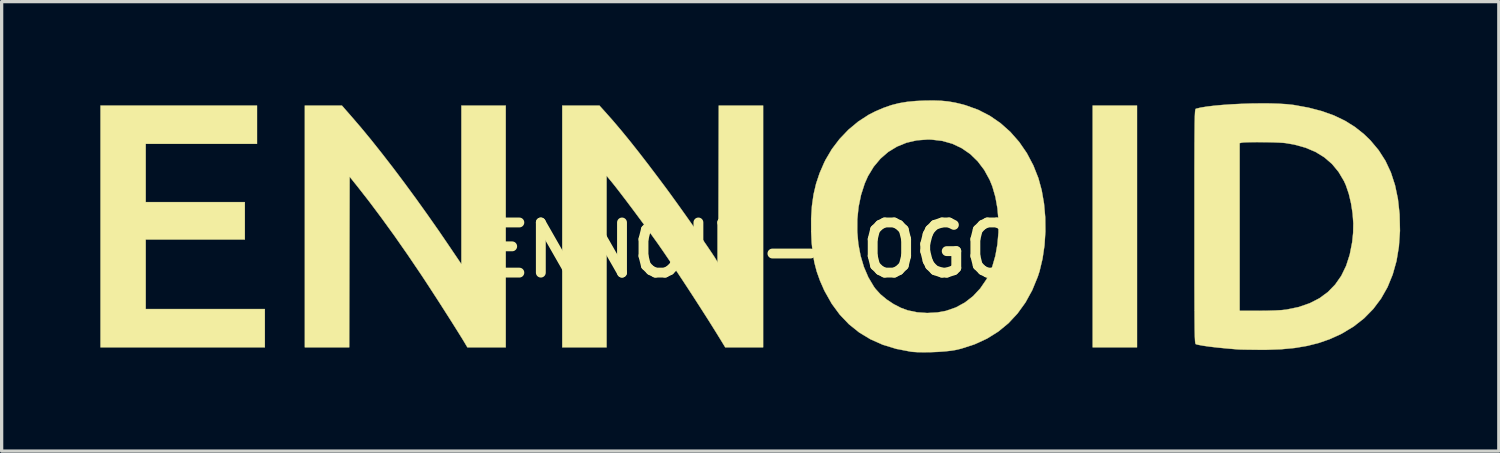
<source format=kicad_pcb>
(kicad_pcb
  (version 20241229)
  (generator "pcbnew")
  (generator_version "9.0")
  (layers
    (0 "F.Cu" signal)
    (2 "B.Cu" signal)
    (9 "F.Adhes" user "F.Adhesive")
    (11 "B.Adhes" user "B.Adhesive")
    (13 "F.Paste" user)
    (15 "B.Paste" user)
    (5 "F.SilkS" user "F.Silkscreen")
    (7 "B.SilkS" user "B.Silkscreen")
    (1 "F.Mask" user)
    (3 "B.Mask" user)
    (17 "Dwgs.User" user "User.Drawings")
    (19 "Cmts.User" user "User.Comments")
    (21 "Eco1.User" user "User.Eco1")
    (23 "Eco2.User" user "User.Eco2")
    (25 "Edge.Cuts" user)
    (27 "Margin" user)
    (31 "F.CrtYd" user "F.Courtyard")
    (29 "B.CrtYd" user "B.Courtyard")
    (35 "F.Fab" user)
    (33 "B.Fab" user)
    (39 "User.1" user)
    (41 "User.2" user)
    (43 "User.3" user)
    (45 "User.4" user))
  (footprint "ENNOID-LOGO"
    (layer "F.Cu")
    (at 19.775 4.547)
    (property "Reference" "ENNOID-LOGO" (at 0 0 0) (layer "F.SilkS") (effects (font (size 1.524 1.524) (thickness 0.3))))
    (attr through_hole)
    (fp_poly (pts (xy 11.735 2.96) (xy 10.387 2.96) (xy 10.387 -4.388) (xy 11.735 -4.388) (xy 11.735 2.96)) (stroke (width 0.01) (type solid)) (fill yes) (layer "F.SilkS"))
    (fp_poly (pts (xy -15.013 -3.225) (xy -18.396 -3.225) (xy -18.396 -1.454) (xy -15.383 -1.454) (xy -15.383 -0.317) (xy -18.396 -0.317) (xy -18.396 1.797) (xy -14.775 1.797) (xy -14.775 2.96) (xy -19.77 2.96) (xy -19.77 -4.388) (xy -15.013 -4.388) (xy -15.013 -3.225)) (stroke (width 0.01) (type solid)) (fill yes) (layer "F.SilkS"))
    (fp_poly (pts (xy -12.126 -4.037) (xy -11.84 -3.704) (xy -11.532 -3.33) (xy -11.207 -2.921) (xy -10.869 -2.484) (xy -10.523 -2.024) (xy -10.173 -1.547) (xy -9.823 -1.058) (xy -9.477 -0.564) (xy -9.193 -0.147) (xy -8.801 0.432) (xy -8.801 -4.388) (xy -7.453 -4.388) (xy -7.453 2.96) (xy -8.618 2.96) (xy -8.69 2.839) (xy -8.762 2.719) (xy -8.86 2.562) (xy -8.977 2.375) (xy -9.109 2.165) (xy -9.252 1.941) (xy -9.401 1.707) (xy -9.552 1.473) (xy -9.7 1.245) (xy -9.84 1.03) (xy -9.968 0.835) (xy -10.04 0.727) (xy -10.44 0.136) (xy -10.836 -0.431) (xy -11.225 -0.968) (xy -11.6 -1.469) (xy -11.957 -1.926) (xy -12.198 -2.226) (xy -12.205 0.367) (xy -12.211 2.96) (xy -13.559 2.96) (xy -13.559 -4.388) (xy -12.433 -4.388) (xy -12.126 -4.037)) (stroke (width 0.01) (type solid)) (fill yes) (layer "F.SilkS"))
    (fp_poly (pts (xy -4.396 -4.156) (xy -4.177 -3.908) (xy -3.944 -3.633) (xy -3.694 -3.328) (xy -3.425 -2.989) (xy -3.134 -2.613) (xy -2.819 -2.197) (xy -2.674 -2.003) (xy -2.548 -1.834) (xy -2.408 -1.642) (xy -2.258 -1.434) (xy -2.101 -1.215) (xy -1.941 -0.99) (xy -1.783 -0.766) (xy -1.63 -0.548) (xy -1.487 -0.342) (xy -1.357 -0.154) (xy -1.245 0.011) (xy -1.154 0.147) (xy -1.088 0.248) (xy -1.07 0.278) (xy -0.991 0.41) (xy -0.984 -1.989) (xy -0.978 -4.388) (xy 0.37 -4.388) (xy 0.37 2.96) (xy -0.781 2.96) (xy -0.897 2.769) (xy -1.079 2.474) (xy -1.284 2.147) (xy -1.507 1.798) (xy -1.74 1.436) (xy -1.977 1.073) (xy -2.211 0.718) (xy -2.435 0.382) (xy -2.643 0.076) (xy -2.732 -0.053) (xy -2.837 -0.204) (xy -2.965 -0.382) (xy -3.109 -0.581) (xy -3.265 -0.793) (xy -3.427 -1.012) (xy -3.589 -1.23) (xy -3.747 -1.44) (xy -3.895 -1.635) (xy -4.028 -1.808) (xy -4.141 -1.953) (xy -4.226 -2.059) (xy -4.388 -2.254) (xy -4.388 2.96) (xy -5.735 2.96) (xy -5.735 -4.388) (xy -4.605 -4.388) (xy -4.396 -4.156)) (stroke (width 0.01) (type solid)) (fill yes) (layer "F.SilkS"))
    (fp_poly (pts (xy 5.781 -4.534) (xy 6 -4.513) (xy 6.212 -4.476) (xy 6.433 -4.423) (xy 6.528 -4.396) (xy 6.905 -4.26) (xy 7.258 -4.079) (xy 7.586 -3.853) (xy 7.885 -3.587) (xy 8.152 -3.283) (xy 8.386 -2.943) (xy 8.583 -2.57) (xy 8.737 -2.182) (xy 8.838 -1.811) (xy 8.908 -1.41) (xy 8.945 -0.991) (xy 8.95 -0.565) (xy 8.923 -0.142) (xy 8.863 0.266) (xy 8.772 0.648) (xy 8.719 0.811) (xy 8.55 1.223) (xy 8.344 1.597) (xy 8.103 1.931) (xy 7.828 2.226) (xy 7.518 2.481) (xy 7.175 2.695) (xy 6.799 2.868) (xy 6.391 3) (xy 6.216 3.041) (xy 6.075 3.064) (xy 5.895 3.083) (xy 5.691 3.098) (xy 5.477 3.107) (xy 5.267 3.11) (xy 5.076 3.108) (xy 4.917 3.098) (xy 4.863 3.092) (xy 4.42 3.007) (xy 4.01 2.882) (xy 3.633 2.715) (xy 3.289 2.507) (xy 2.978 2.257) (xy 2.701 1.967) (xy 2.457 1.636) (xy 2.247 1.264) (xy 2.222 1.214) (xy 2.098 0.931) (xy 2.001 0.659) (xy 1.929 0.384) (xy 1.878 0.094) (xy 1.846 -0.223) (xy 1.831 -0.544) (xy 1.831 -0.555) (xy 3.231 -0.555) (xy 3.264 -0.183) (xy 3.332 0.177) (xy 3.433 0.517) (xy 3.568 0.832) (xy 3.735 1.113) (xy 3.785 1.182) (xy 3.935 1.347) (xy 4.124 1.505) (xy 4.337 1.646) (xy 4.56 1.761) (xy 4.763 1.836) (xy 5.051 1.896) (xy 5.358 1.917) (xy 5.666 1.9) (xy 5.928 1.852) (xy 6.226 1.749) (xy 6.502 1.599) (xy 6.75 1.406) (xy 6.969 1.172) (xy 7.155 0.9) (xy 7.214 0.793) (xy 7.337 0.502) (xy 7.43 0.178) (xy 7.492 -0.17) (xy 7.524 -0.533) (xy 7.524 -0.9) (xy 7.493 -1.262) (xy 7.431 -1.609) (xy 7.338 -1.931) (xy 7.258 -2.128) (xy 7.091 -2.432) (xy 6.892 -2.695) (xy 6.663 -2.917) (xy 6.406 -3.094) (xy 6.123 -3.228) (xy 5.816 -3.315) (xy 5.486 -3.354) (xy 5.379 -3.357) (xy 5.043 -3.332) (xy 4.729 -3.26) (xy 4.438 -3.141) (xy 4.172 -2.979) (xy 3.936 -2.774) (xy 3.73 -2.528) (xy 3.558 -2.244) (xy 3.458 -2.02) (xy 3.346 -1.671) (xy 3.271 -1.306) (xy 3.233 -0.932) (xy 3.231 -0.555) (xy 1.831 -0.555) (xy 1.83 -0.96) (xy 1.854 -1.337) (xy 1.903 -1.685) (xy 1.98 -2.013) (xy 2.086 -2.331) (xy 2.224 -2.649) (xy 2.263 -2.73) (xy 2.458 -3.062) (xy 2.694 -3.372) (xy 2.964 -3.655) (xy 3.262 -3.903) (xy 3.58 -4.109) (xy 3.786 -4.214) (xy 4.035 -4.32) (xy 4.268 -4.401) (xy 4.5 -4.46) (xy 4.744 -4.501) (xy 5.015 -4.527) (xy 5.263 -4.538) (xy 5.541 -4.542) (xy 5.781 -4.534)) (stroke (width 0.01) (type solid)) (fill yes) (layer "F.SilkS"))
    (fp_poly (pts (xy 15.779 -4.453) (xy 16.039 -4.445) (xy 16.271 -4.431) (xy 16.468 -4.41) (xy 16.501 -4.406) (xy 16.95 -4.324) (xy 17.356 -4.218) (xy 17.722 -4.087) (xy 18.054 -3.928) (xy 18.357 -3.739) (xy 18.635 -3.518) (xy 18.831 -3.328) (xy 19.078 -3.033) (xy 19.285 -2.71) (xy 19.451 -2.356) (xy 19.577 -1.969) (xy 19.665 -1.549) (xy 19.715 -1.093) (xy 19.716 -1.08) (xy 19.727 -0.579) (xy 19.695 -0.107) (xy 19.622 0.335) (xy 19.506 0.747) (xy 19.35 1.129) (xy 19.152 1.478) (xy 18.914 1.795) (xy 18.635 2.079) (xy 18.317 2.328) (xy 17.959 2.543) (xy 17.912 2.567) (xy 17.593 2.711) (xy 17.26 2.827) (xy 16.907 2.916) (xy 16.526 2.98) (xy 16.112 3.019) (xy 15.659 3.035) (xy 15.462 3.035) (xy 15.287 3.033) (xy 15.123 3.031) (xy 14.981 3.029) (xy 14.87 3.026) (xy 14.799 3.023) (xy 14.788 3.022) (xy 14.461 2.994) (xy 14.175 2.966) (xy 13.934 2.938) (xy 13.74 2.91) (xy 13.594 2.883) (xy 13.526 2.865) (xy 13.519 2.861) (xy 13.513 2.851) (xy 13.508 2.833) (xy 13.503 2.805) (xy 13.499 2.762) (xy 13.496 2.704) (xy 13.492 2.627) (xy 13.49 2.528) (xy 13.487 2.406) (xy 13.486 2.257) (xy 13.484 2.078) (xy 13.483 1.868) (xy 13.482 1.623) (xy 13.481 1.341) (xy 13.48 1.02) (xy 13.48 0.655) (xy 13.48 0.246) (xy 13.48 -0.21) (xy 13.48 -0.714) (xy 13.48 -1.22) (xy 13.48 -1.677) (xy 13.48 -2.085) (xy 13.48 -2.449) (xy 13.481 -2.77) (xy 13.482 -3.052) (xy 13.482 -3.245) (xy 14.854 -3.245) (xy 14.854 1.85) (xy 15.442 1.85) (xy 15.706 1.847) (xy 15.938 1.84) (xy 16.13 1.829) (xy 16.276 1.813) (xy 16.281 1.812) (xy 16.651 1.735) (xy 16.984 1.62) (xy 17.28 1.468) (xy 17.538 1.278) (xy 17.759 1.051) (xy 17.944 0.786) (xy 18.091 0.483) (xy 18.201 0.142) (xy 18.275 -0.236) (xy 18.304 -0.515) (xy 18.31 -0.807) (xy 18.288 -1.111) (xy 18.241 -1.415) (xy 18.173 -1.704) (xy 18.084 -1.965) (xy 18.026 -2.094) (xy 17.861 -2.372) (xy 17.663 -2.612) (xy 17.43 -2.814) (xy 17.161 -2.98) (xy 16.855 -3.109) (xy 16.51 -3.204) (xy 16.246 -3.249) (xy 16.161 -3.257) (xy 16.038 -3.264) (xy 15.89 -3.27) (xy 15.724 -3.274) (xy 15.551 -3.276) (xy 15.381 -3.277) (xy 15.223 -3.276) (xy 15.087 -3.273) (xy 14.983 -3.269) (xy 14.92 -3.262) (xy 14.914 -3.261) (xy 14.854 -3.245) (xy 13.482 -3.245) (xy 13.483 -3.297) (xy 13.484 -3.507) (xy 13.486 -3.685) (xy 13.487 -3.834) (xy 13.49 -3.956) (xy 13.492 -4.055) (xy 13.496 -4.132) (xy 13.499 -4.19) (xy 13.503 -4.232) (xy 13.508 -4.261) (xy 13.514 -4.279) (xy 13.519 -4.288) (xy 13.526 -4.292) (xy 13.672 -4.327) (xy 13.863 -4.358) (xy 14.091 -4.385) (xy 14.347 -4.408) (xy 14.624 -4.427) (xy 14.914 -4.441) (xy 15.208 -4.451) (xy 15.499 -4.454) (xy 15.779 -4.453)) (stroke (width 0.01) (type solid)) (fill yes) (layer "F.SilkS")))
  (gr_rect
    (start -3 -3)
    (end 42.507 10.662)
    (stroke (width 0.1) (type default))
    (fill no)
    (layer "Edge.Cuts")))
</source>
